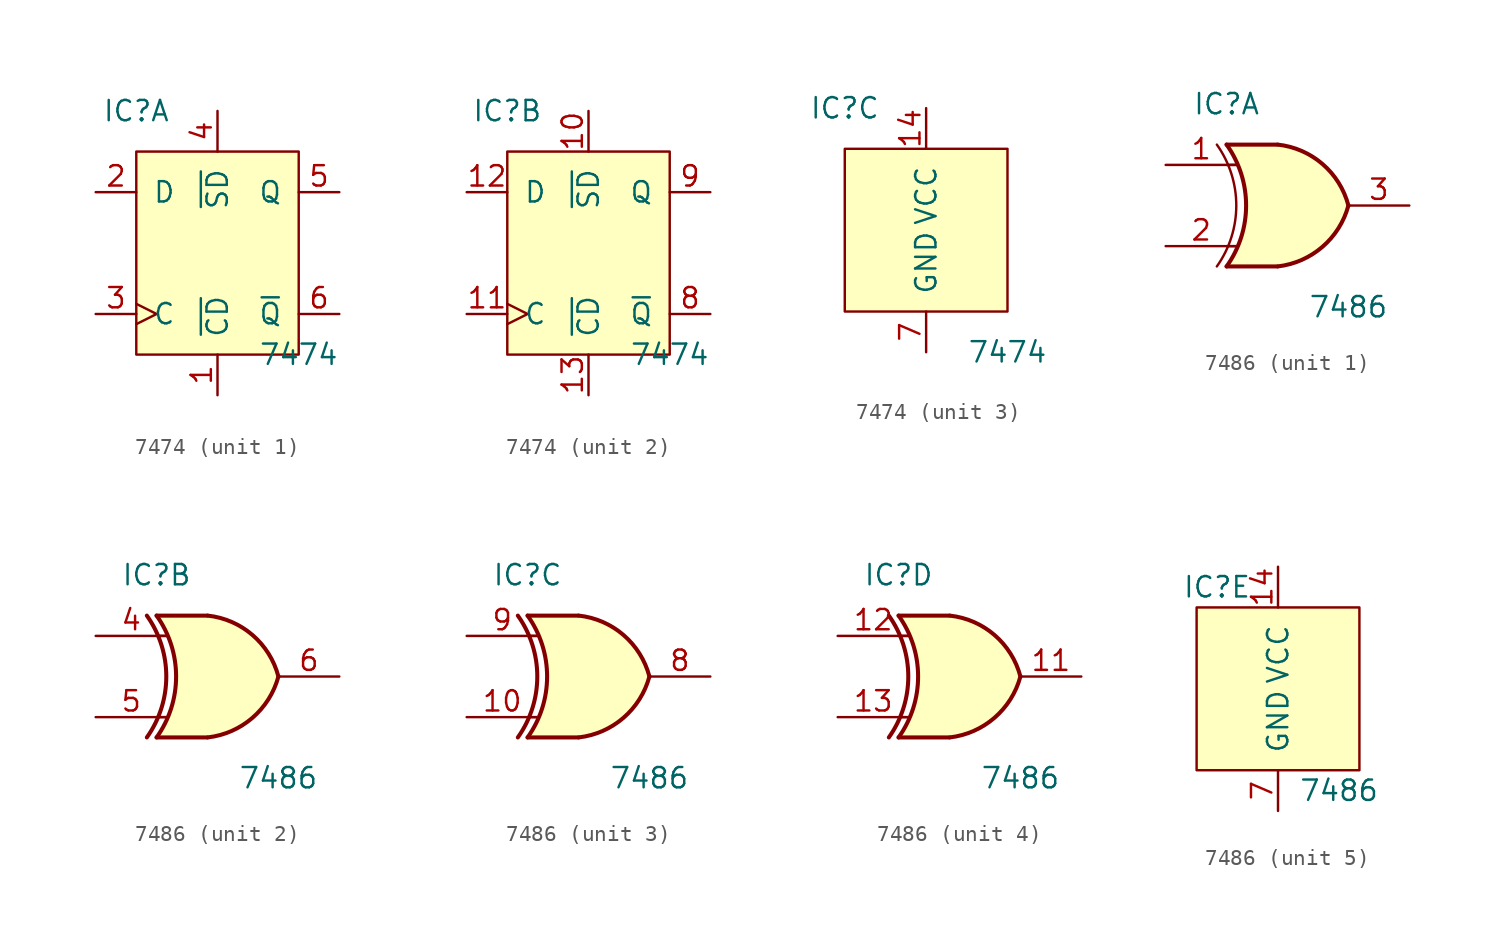
<source format=kicad_sym>
(kicad_symbol_lib
  (version 20211014)
  (generator kicad_symbol_editor)
  (symbol "7474"
    (pin_names
      (offset 1.016))
    (property "Reference" "IC"
      (at -5.08 7.62 0)
      (effects (font (size 1.27 1.27))))
    (property "Value" "7474"
      (at 5.08 -7.62 0)
      (effects (font (size 1.27 1.27))))
    (property "ki_locked" ""
      (at 0 0 0)
      (effects (font (size 1.27 1.27))))
    (symbol "7474_1_0"
      (pin input line (at 0 -10.16 90) (length 2.54) (name "~{CD}" (effects (font (size 1.27 1.27)))) (number "1" (effects (font (size 1.27 1.27)))))
      (pin input line (at -7.62 2.54 0) (length 2.54) (name "D" (effects (font (size 1.27 1.27)))) (number "2" (effects (font (size 1.27 1.27)))))
      (pin input clock (at -7.62 -5.08 0) (length 2.54) (name "C" (effects (font (size 1.27 1.27)))) (number "3" (effects (font (size 1.27 1.27)))))
      (pin input line (at 0 7.62 270) (length 2.54) (name "~{SD}" (effects (font (size 1.27 1.27)))) (number "4" (effects (font (size 1.27 1.27)))))
      (pin output line (at 7.62 2.54 180) (length 2.54) (name "Q" (effects (font (size 1.27 1.27)))) (number "5" (effects (font (size 1.27 1.27)))))
      (pin output line (at 7.62 -5.08 180) (length 2.54) (name "~{Q}" (effects (font (size 1.27 1.27)))) (number "6" (effects (font (size 1.27 1.27))))))
    (symbol "7474_1_1"
      (rectangle (start -5.08 5.08) (end 5.08 -7.62) (stroke (width 0.152) (type default) (color 0 0 0 0)) (fill (type background))))
    (symbol "7474_2_0"
      (pin input line (at 0 7.62 270) (length 2.54) (name "~{SD}" (effects (font (size 1.27 1.27)))) (number "10" (effects (font (size 1.27 1.27)))))
      (pin input clock (at -7.62 -5.08 0) (length 2.54) (name "C" (effects (font (size 1.27 1.27)))) (number "11" (effects (font (size 1.27 1.27)))))
      (pin input line (at -7.62 2.54 0) (length 2.54) (name "D" (effects (font (size 1.27 1.27)))) (number "12" (effects (font (size 1.27 1.27)))))
      (pin input line (at 0 -10.16 90) (length 2.54) (name "~{CD}" (effects (font (size 1.27 1.27)))) (number "13" (effects (font (size 1.27 1.27)))))
      (pin output line (at 7.62 -5.08 180) (length 2.54) (name "~{Q}" (effects (font (size 1.27 1.27)))) (number "8" (effects (font (size 1.27 1.27)))))
      (pin output line (at 7.62 2.54 180) (length 2.54) (name "Q" (effects (font (size 1.27 1.27)))) (number "9" (effects (font (size 1.27 1.27))))))
    (symbol "7474_2_1"
      (rectangle (start -5.08 5.08) (end 5.08 -7.62) (stroke (width 0.152) (type default) (color 0 0 0 0)) (fill (type background))))
    (symbol "7474_3_0"
      (pin power_in line (at 0 7.62 270) (length 2.54) (name "VCC" (effects (font (size 1.27 1.27)))) (number "14" (effects (font (size 1.27 1.27)))))
      (pin power_in line (at 0 -7.62 90) (length 2.54) (name "GND" (effects (font (size 1.27 1.27)))) (number "7" (effects (font (size 1.27 1.27))))))
    (symbol "7474_3_1"
      (rectangle (start -5.08 5.08) (end 5.08 -5.08) (stroke (width 0.152) (type default) (color 0 0 0 0)) (fill (type background)))))
  (symbol "7486"
    (pin_names
      (offset 1.016))
    (property "Reference" "IC"
      (at -3.81 6.35 0)
      (effects (font (size 1.27 1.27))))
    (property "Value" "7486"
      (at 3.81 -6.35 0)
      (effects (font (size 1.27 1.27))))
    (property "ki_locked" ""
      (at 0 0 0)
      (effects (font (size 1.27 1.27))))
    (symbol "7486_1_0"
      (arc (start -4.4196 -3.81) (mid -3.2033 0) (end -4.4196 3.81) (stroke (width 0.1524) (type default) (color 0 0 0 0)) (fill (type none)))
      (arc (start -3.81 -3.81) (mid -2.589 0) (end -3.81 3.81) (stroke (width 0.254) (type default) (color 0 0 0 0)) (fill (type none)))
      (arc (start -0.6096 -3.81) (mid 2.1842 -2.5851) (end 3.81 0) (stroke (width 0.254) (type default) (color 0 0 0 0)) (fill (type background)))
      (polyline (pts (xy -3.81 -3.81) (xy -0.635 -3.81)) (stroke (width 0.254) (type default) (color 0 0 0 0)) (fill (type background)))
      (polyline (pts (xy -3.81 3.81) (xy -0.635 3.81)) (stroke (width 0.254) (type default) (color 0 0 0 0)) (fill (type background)))
      (polyline (pts (xy -0.635 3.81) (xy -3.81 3.81) (xy -3.81 3.81) (xy -3.556 3.404) (xy -3.023 2.261) (xy -2.692 1.041) (xy -2.616 -0.254) (xy -2.769 -1.499) (xy -3.175 -2.718) (xy -3.81 -3.81) (xy -3.81 -3.81) (xy -0.635 -3.81)) (stroke (width -25.4) (type default) (color 0 0 0 0)) (fill (type background)))
      (arc (start 3.81 0) (mid 2.1915 2.5936) (end -0.6096 3.81) (stroke (width 0.254) (type default) (color 0 0 0 0)) (fill (type background)))
      (pin input line (at -7.62 2.54 0) (length 4.445) (name "~" (effects (font (size 1.27 1.27)))) (number "1" (effects (font (size 1.27 1.27)))))
      (pin input line (at -7.62 -2.54 0) (length 4.445) (name "~" (effects (font (size 1.27 1.27)))) (number "2" (effects (font (size 1.27 1.27)))))
      (pin output line (at 7.62 0 180) (length 3.81) (name "~" (effects (font (size 1.27 1.27)))) (number "3" (effects (font (size 1.27 1.27))))))
    (symbol "7486_1_1"
      (polyline (pts (xy -3.81 -2.54) (xy -3.175 -2.54)) (stroke (width 0.152) (type default) (color 0 0 0 0)) (fill (type none)))
      (polyline (pts (xy -3.81 2.54) (xy -3.175 2.54)) (stroke (width 0.152) (type default) (color 0 0 0 0)) (fill (type none))))
    (symbol "7486_2_0"
      (arc (start -4.4196 -3.81) (mid -3.2033 0) (end -4.4196 3.81) (stroke (width 0.254) (type default) (color 0 0 0 0)) (fill (type none)))
      (arc (start -3.81 -3.81) (mid -2.589 0) (end -3.81 3.81) (stroke (width 0.254) (type default) (color 0 0 0 0)) (fill (type none)))
      (arc (start -0.6096 -3.81) (mid 2.1842 -2.5851) (end 3.81 0) (stroke (width 0.254) (type default) (color 0 0 0 0)) (fill (type background)))
      (polyline (pts (xy -3.81 -3.81) (xy -0.635 -3.81)) (stroke (width 0.254) (type default) (color 0 0 0 0)) (fill (type background)))
      (polyline (pts (xy -3.81 3.81) (xy -0.635 3.81)) (stroke (width 0.254) (type default) (color 0 0 0 0)) (fill (type background)))
      (polyline (pts (xy -0.635 3.81) (xy -3.81 3.81) (xy -3.81 3.81) (xy -3.556 3.404) (xy -3.023 2.261) (xy -2.692 1.041) (xy -2.616 -0.254) (xy -2.769 -1.499) (xy -3.175 -2.718) (xy -3.81 -3.81) (xy -3.81 -3.81) (xy -0.635 -3.81)) (stroke (width -25.4) (type default) (color 0 0 0 0)) (fill (type background)))
      (arc (start 3.81 0) (mid 2.1915 2.5936) (end -0.6096 3.81) (stroke (width 0.254) (type default) (color 0 0 0 0)) (fill (type background)))
      (pin input line (at -7.62 2.54 0) (length 4.445) (name "~" (effects (font (size 1.27 1.27)))) (number "4" (effects (font (size 1.27 1.27)))))
      (pin input line (at -7.62 -2.54 0) (length 4.445) (name "~" (effects (font (size 1.27 1.27)))) (number "5" (effects (font (size 1.27 1.27)))))
      (pin output line (at 7.62 0 180) (length 3.81) (name "~" (effects (font (size 1.27 1.27)))) (number "6" (effects (font (size 1.27 1.27))))))
    (symbol "7486_2_1"
      (polyline (pts (xy -3.81 -2.54) (xy -3.175 -2.54)) (stroke (width 0.152) (type default) (color 0 0 0 0)) (fill (type none)))
      (polyline (pts (xy -3.81 2.54) (xy -3.175 2.54)) (stroke (width 0.152) (type default) (color 0 0 0 0)) (fill (type none))))
    (symbol "7486_3_0"
      (arc (start -4.4196 -3.81) (mid -3.2033 0) (end -4.4196 3.81) (stroke (width 0.254) (type default) (color 0 0 0 0)) (fill (type none)))
      (arc (start -3.81 -3.81) (mid -2.589 0) (end -3.81 3.81) (stroke (width 0.254) (type default) (color 0 0 0 0)) (fill (type none)))
      (arc (start -0.6096 -3.81) (mid 2.1842 -2.5851) (end 3.81 0) (stroke (width 0.254) (type default) (color 0 0 0 0)) (fill (type background)))
      (polyline (pts (xy -3.81 -3.81) (xy -0.635 -3.81)) (stroke (width 0.254) (type default) (color 0 0 0 0)) (fill (type background)))
      (polyline (pts (xy -3.81 3.81) (xy -0.635 3.81)) (stroke (width 0.254) (type default) (color 0 0 0 0)) (fill (type background)))
      (polyline (pts (xy -0.635 3.81) (xy -3.81 3.81) (xy -3.81 3.81) (xy -3.556 3.404) (xy -3.023 2.261) (xy -2.692 1.041) (xy -2.616 -0.254) (xy -2.769 -1.499) (xy -3.175 -2.718) (xy -3.81 -3.81) (xy -3.81 -3.81) (xy -0.635 -3.81)) (stroke (width -25.4) (type default) (color 0 0 0 0)) (fill (type background)))
      (arc (start 3.81 0) (mid 2.1915 2.5936) (end -0.6096 3.81) (stroke (width 0.254) (type default) (color 0 0 0 0)) (fill (type background)))
      (pin input line (at -7.62 -2.54 0) (length 4.445) (name "~" (effects (font (size 1.27 1.27)))) (number "10" (effects (font (size 1.27 1.27)))))
      (pin output line (at 7.62 0 180) (length 3.81) (name "~" (effects (font (size 1.27 1.27)))) (number "8" (effects (font (size 1.27 1.27)))))
      (pin input line (at -7.62 2.54 0) (length 4.445) (name "~" (effects (font (size 1.27 1.27)))) (number "9" (effects (font (size 1.27 1.27))))))
    (symbol "7486_3_1"
      (polyline (pts (xy -3.81 -2.54) (xy -3.175 -2.54)) (stroke (width 0.152) (type default) (color 0 0 0 0)) (fill (type none)))
      (polyline (pts (xy -3.81 2.54) (xy -3.175 2.54)) (stroke (width 0.152) (type default) (color 0 0 0 0)) (fill (type none))))
    (symbol "7486_4_0"
      (arc (start -4.4196 -3.81) (mid -3.2033 0) (end -4.4196 3.81) (stroke (width 0.254) (type default) (color 0 0 0 0)) (fill (type none)))
      (arc (start -3.81 -3.81) (mid -2.589 0) (end -3.81 3.81) (stroke (width 0.254) (type default) (color 0 0 0 0)) (fill (type none)))
      (arc (start -0.6096 -3.81) (mid 2.1842 -2.5851) (end 3.81 0) (stroke (width 0.254) (type default) (color 0 0 0 0)) (fill (type background)))
      (polyline (pts (xy -3.81 -3.81) (xy -0.635 -3.81)) (stroke (width 0.254) (type default) (color 0 0 0 0)) (fill (type background)))
      (polyline (pts (xy -3.81 3.81) (xy -0.635 3.81)) (stroke (width 0.254) (type default) (color 0 0 0 0)) (fill (type background)))
      (polyline (pts (xy -0.635 3.81) (xy -3.81 3.81) (xy -3.81 3.81) (xy -3.556 3.404) (xy -3.023 2.261) (xy -2.692 1.041) (xy -2.616 -0.254) (xy -2.769 -1.499) (xy -3.175 -2.718) (xy -3.81 -3.81) (xy -3.81 -3.81) (xy -0.635 -3.81)) (stroke (width -25.4) (type default) (color 0 0 0 0)) (fill (type background)))
      (arc (start 3.81 0) (mid 2.1915 2.5936) (end -0.6096 3.81) (stroke (width 0.254) (type default) (color 0 0 0 0)) (fill (type background)))
      (pin output line (at 7.62 0 180) (length 3.81) (name "~" (effects (font (size 1.27 1.27)))) (number "11" (effects (font (size 1.27 1.27)))))
      (pin input line (at -7.62 2.54 0) (length 4.445) (name "~" (effects (font (size 1.27 1.27)))) (number "12" (effects (font (size 1.27 1.27)))))
      (pin input line (at -7.62 -2.54 0) (length 4.445) (name "~" (effects (font (size 1.27 1.27)))) (number "13" (effects (font (size 1.27 1.27))))))
    (symbol "7486_4_1"
      (polyline (pts (xy -3.81 -2.54) (xy -3.175 -2.54)) (stroke (width 0.152) (type default) (color 0 0 0 0)) (fill (type none)))
      (polyline (pts (xy -3.81 2.54) (xy -3.175 2.54)) (stroke (width 0.152) (type default) (color 0 0 0 0)) (fill (type none))))
    (symbol "7486_5_0"
      (pin power_in line (at 0 7.62 270) (length 2.54) (name "VCC" (effects (font (size 1.27 1.27)))) (number "14" (effects (font (size 1.27 1.27)))))
      (pin power_in line (at 0 -7.62 90) (length 2.54) (name "GND" (effects (font (size 1.27 1.27)))) (number "7" (effects (font (size 1.27 1.27))))))
    (symbol "7486_5_1"
      (rectangle (start -5.08 5.08) (end 5.08 -5.08) (stroke (width 0.152) (type default) (color 0 0 0 0)) (fill (type background))))))
</source>
